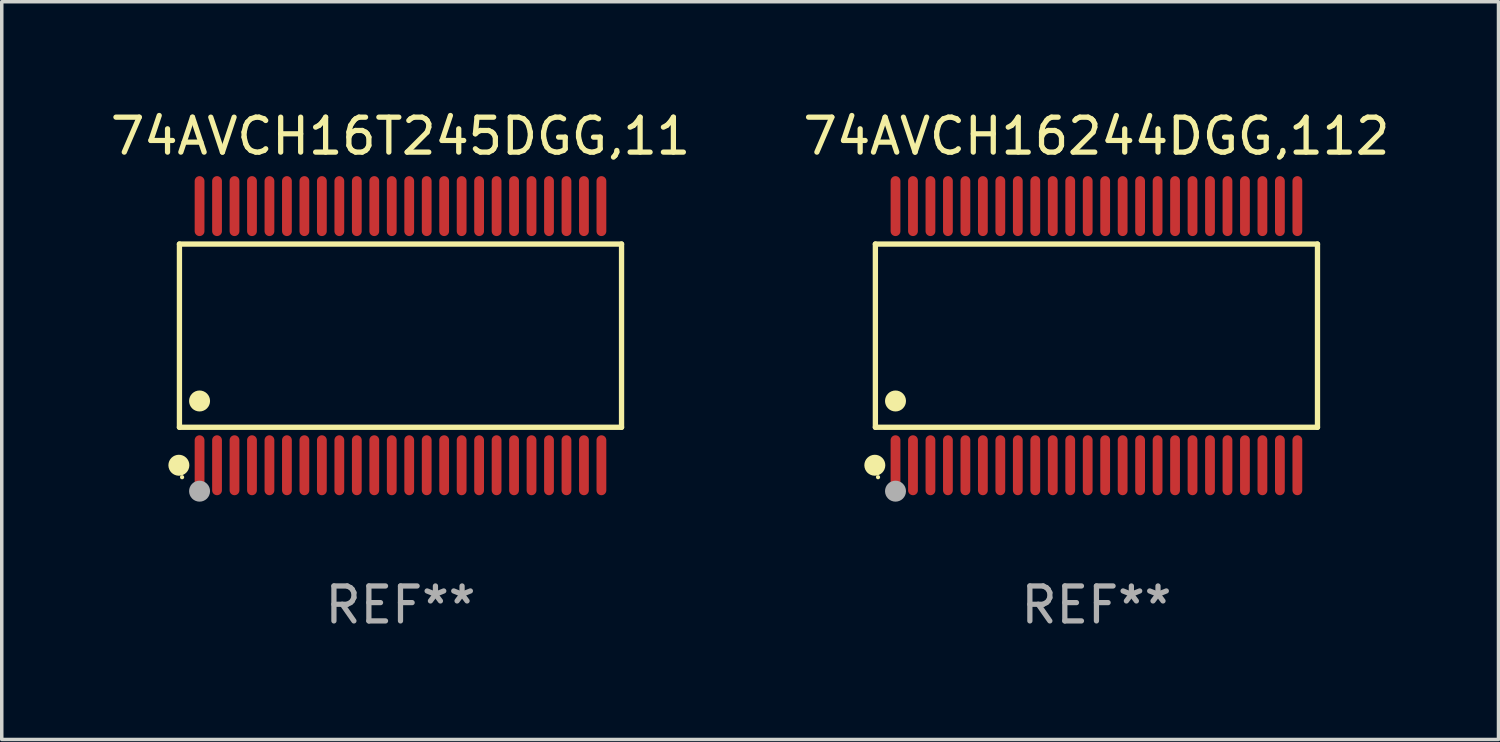
<source format=kicad_pcb>
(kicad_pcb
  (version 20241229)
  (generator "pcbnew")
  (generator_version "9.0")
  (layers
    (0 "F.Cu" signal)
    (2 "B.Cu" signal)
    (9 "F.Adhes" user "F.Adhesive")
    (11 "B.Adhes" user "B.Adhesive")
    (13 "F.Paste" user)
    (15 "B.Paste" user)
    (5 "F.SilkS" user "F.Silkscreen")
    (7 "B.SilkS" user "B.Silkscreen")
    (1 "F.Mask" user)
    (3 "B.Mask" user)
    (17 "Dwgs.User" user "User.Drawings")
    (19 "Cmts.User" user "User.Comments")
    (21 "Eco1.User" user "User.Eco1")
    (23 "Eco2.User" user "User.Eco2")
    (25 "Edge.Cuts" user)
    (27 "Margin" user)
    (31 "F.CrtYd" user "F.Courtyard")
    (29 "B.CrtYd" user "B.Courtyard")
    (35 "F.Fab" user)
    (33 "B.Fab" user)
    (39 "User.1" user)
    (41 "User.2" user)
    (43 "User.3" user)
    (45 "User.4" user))
  (footprint "74AVCH16244DGG,112"
    (layer "F.Cu")
    (at 28.327 6.556)
    (property "Reference" "74AVCH16244DGG,112" (at 0 -5.708 0) (layer "F.SilkS") (effects (font (size 1 1) (thickness 0.15))))
    (attr through_hole)
    (fp_line (start -6.326 -2.622) (end 6.326 -2.622) (stroke (width 0.152) (type solid)) (layer "F.SilkS"))
    (fp_line (start -6.326 2.621) (end -6.326 -2.622) (stroke (width 0.152) (type solid)) (layer "F.SilkS"))
    (fp_line (start 6.326 -2.622) (end 6.326 2.621) (stroke (width 0.152) (type solid)) (layer "F.SilkS"))
    (fp_line (start 6.326 2.621) (end -6.326 2.621) (stroke (width 0.152) (type solid)) (layer "F.SilkS"))
    (fp_circle (center -6.342 3.708) (end -6.192 3.708) (stroke (width 0.3) (type solid)) (fill no) (layer "F.SilkS"))
    (fp_circle (center -6.25 4.05) (end -6.22 4.05) (stroke (width 0.06) (type solid)) (fill no) (layer "F.SilkS"))
    (fp_circle (center -5.75 1.869) (end -5.6 1.869) (stroke (width 0.3) (type solid)) (fill no) (layer "F.SilkS"))
    (fp_circle (center -5.75 4.45) (end -5.6 4.45) (stroke (width 0.3) (type solid)) (fill no) (layer "F.Fab"))
    (fp_text user "REF**" (at 0 7.708 0) (layer "F.Fab") (effects (font (size 1 1) (thickness 0.15))))
    (pad "1" smd oval (at -5.75 3.708) (size 0.28 1.715) (layers "F.Cu" "F.Mask" "F.Paste"))
    (pad "2" smd oval (at -5.25 3.708) (size 0.28 1.715) (layers "F.Cu" "F.Mask" "F.Paste"))
    (pad "3" smd oval (at -4.75 3.708) (size 0.28 1.715) (layers "F.Cu" "F.Mask" "F.Paste"))
    (pad "4" smd oval (at -4.25 3.708) (size 0.28 1.715) (layers "F.Cu" "F.Mask" "F.Paste"))
    (pad "5" smd oval (at -3.75 3.708) (size 0.28 1.715) (layers "F.Cu" "F.Mask" "F.Paste"))
    (pad "6" smd oval (at -3.25 3.708) (size 0.28 1.715) (layers "F.Cu" "F.Mask" "F.Paste"))
    (pad "7" smd oval (at -2.75 3.708) (size 0.28 1.715) (layers "F.Cu" "F.Mask" "F.Paste"))
    (pad "8" smd oval (at -2.25 3.708) (size 0.28 1.715) (layers "F.Cu" "F.Mask" "F.Paste"))
    (pad "9" smd oval (at -1.75 3.708) (size 0.28 1.715) (layers "F.Cu" "F.Mask" "F.Paste"))
    (pad "10" smd oval (at -1.25 3.708) (size 0.28 1.715) (layers "F.Cu" "F.Mask" "F.Paste"))
    (pad "11" smd oval (at -0.75 3.708) (size 0.28 1.715) (layers "F.Cu" "F.Mask" "F.Paste"))
    (pad "12" smd oval (at -0.25 3.708) (size 0.28 1.715) (layers "F.Cu" "F.Mask" "F.Paste"))
    (pad "13" smd oval (at 0.25 3.708) (size 0.28 1.715) (layers "F.Cu" "F.Mask" "F.Paste"))
    (pad "14" smd oval (at 0.75 3.708) (size 0.28 1.715) (layers "F.Cu" "F.Mask" "F.Paste"))
    (pad "15" smd oval (at 1.25 3.708) (size 0.28 1.715) (layers "F.Cu" "F.Mask" "F.Paste"))
    (pad "16" smd oval (at 1.75 3.708) (size 0.28 1.715) (layers "F.Cu" "F.Mask" "F.Paste"))
    (pad "17" smd oval (at 2.25 3.708) (size 0.28 1.715) (layers "F.Cu" "F.Mask" "F.Paste"))
    (pad "18" smd oval (at 2.75 3.708) (size 0.28 1.715) (layers "F.Cu" "F.Mask" "F.Paste"))
    (pad "19" smd oval (at 3.25 3.708) (size 0.28 1.715) (layers "F.Cu" "F.Mask" "F.Paste"))
    (pad "20" smd oval (at 3.75 3.708) (size 0.28 1.715) (layers "F.Cu" "F.Mask" "F.Paste"))
    (pad "21" smd oval (at 4.25 3.708) (size 0.28 1.715) (layers "F.Cu" "F.Mask" "F.Paste"))
    (pad "22" smd oval (at 4.75 3.708) (size 0.28 1.715) (layers "F.Cu" "F.Mask" "F.Paste"))
    (pad "23" smd oval (at 5.25 3.708) (size 0.28 1.715) (layers "F.Cu" "F.Mask" "F.Paste"))
    (pad "24" smd oval (at 5.75 3.708) (size 0.28 1.715) (layers "F.Cu" "F.Mask" "F.Paste"))
    (pad "25" smd oval (at 5.75 -3.708) (size 0.28 1.715) (layers "F.Cu" "F.Mask" "F.Paste"))
    (pad "26" smd oval (at 5.25 -3.708) (size 0.28 1.715) (layers "F.Cu" "F.Mask" "F.Paste"))
    (pad "27" smd oval (at 4.75 -3.708) (size 0.28 1.715) (layers "F.Cu" "F.Mask" "F.Paste"))
    (pad "28" smd oval (at 4.25 -3.708) (size 0.28 1.715) (layers "F.Cu" "F.Mask" "F.Paste"))
    (pad "29" smd oval (at 3.75 -3.708) (size 0.28 1.715) (layers "F.Cu" "F.Mask" "F.Paste"))
    (pad "30" smd oval (at 3.25 -3.708) (size 0.28 1.715) (layers "F.Cu" "F.Mask" "F.Paste"))
    (pad "31" smd oval (at 2.75 -3.708) (size 0.28 1.715) (layers "F.Cu" "F.Mask" "F.Paste"))
    (pad "32" smd oval (at 2.25 -3.708) (size 0.28 1.715) (layers "F.Cu" "F.Mask" "F.Paste"))
    (pad "33" smd oval (at 1.75 -3.708) (size 0.28 1.715) (layers "F.Cu" "F.Mask" "F.Paste"))
    (pad "34" smd oval (at 1.25 -3.708) (size 0.28 1.715) (layers "F.Cu" "F.Mask" "F.Paste"))
    (pad "35" smd oval (at 0.75 -3.708) (size 0.28 1.715) (layers "F.Cu" "F.Mask" "F.Paste"))
    (pad "36" smd oval (at 0.25 -3.708) (size 0.28 1.715) (layers "F.Cu" "F.Mask" "F.Paste"))
    (pad "37" smd oval (at -0.25 -3.708) (size 0.28 1.715) (layers "F.Cu" "F.Mask" "F.Paste"))
    (pad "38" smd oval (at -0.75 -3.708) (size 0.28 1.715) (layers "F.Cu" "F.Mask" "F.Paste"))
    (pad "39" smd oval (at -1.25 -3.708) (size 0.28 1.715) (layers "F.Cu" "F.Mask" "F.Paste"))
    (pad "40" smd oval (at -1.75 -3.708) (size 0.28 1.715) (layers "F.Cu" "F.Mask" "F.Paste"))
    (pad "41" smd oval (at -2.25 -3.708) (size 0.28 1.715) (layers "F.Cu" "F.Mask" "F.Paste"))
    (pad "42" smd oval (at -2.75 -3.708) (size 0.28 1.715) (layers "F.Cu" "F.Mask" "F.Paste"))
    (pad "43" smd oval (at -3.25 -3.708) (size 0.28 1.715) (layers "F.Cu" "F.Mask" "F.Paste"))
    (pad "44" smd oval (at -3.75 -3.708) (size 0.28 1.715) (layers "F.Cu" "F.Mask" "F.Paste"))
    (pad "45" smd oval (at -4.25 -3.708) (size 0.28 1.715) (layers "F.Cu" "F.Mask" "F.Paste"))
    (pad "46" smd oval (at -4.75 -3.708) (size 0.28 1.715) (layers "F.Cu" "F.Mask" "F.Paste"))
    (pad "47" smd oval (at -5.25 -3.708) (size 0.28 1.715) (layers "F.Cu" "F.Mask" "F.Paste"))
    (pad "48" smd oval (at -5.75 -3.708) (size 0.28 1.715) (layers "F.Cu" "F.Mask" "F.Paste")))
  (footprint "74AVCH16T245DGG,11"
    (layer "F.Cu")
    (at 8.411 6.556)
    (property "Reference" "74AVCH16T245DGG,11" (at 0 -5.708 0) (layer "F.SilkS") (effects (font (size 1 1) (thickness 0.15))))
    (attr through_hole)
    (fp_line (start -6.326 -2.622) (end 6.326 -2.622) (stroke (width 0.152) (type solid)) (layer "F.SilkS"))
    (fp_line (start -6.326 2.621) (end -6.326 -2.622) (stroke (width 0.152) (type solid)) (layer "F.SilkS"))
    (fp_line (start 6.326 -2.622) (end 6.326 2.621) (stroke (width 0.152) (type solid)) (layer "F.SilkS"))
    (fp_line (start 6.326 2.621) (end -6.326 2.621) (stroke (width 0.152) (type solid)) (layer "F.SilkS"))
    (fp_circle (center -6.342 3.708) (end -6.192 3.708) (stroke (width 0.3) (type solid)) (fill no) (layer "F.SilkS"))
    (fp_circle (center -6.25 4.05) (end -6.22 4.05) (stroke (width 0.06) (type solid)) (fill no) (layer "F.SilkS"))
    (fp_circle (center -5.75 1.869) (end -5.6 1.869) (stroke (width 0.3) (type solid)) (fill no) (layer "F.SilkS"))
    (fp_circle (center -5.75 4.45) (end -5.6 4.45) (stroke (width 0.3) (type solid)) (fill no) (layer "F.Fab"))
    (fp_text user "REF**" (at 0 7.708 0) (layer "F.Fab") (effects (font (size 1 1) (thickness 0.15))))
    (pad "1" smd oval (at -5.75 3.708) (size 0.28 1.715) (layers "F.Cu" "F.Mask" "F.Paste"))
    (pad "2" smd oval (at -5.25 3.708) (size 0.28 1.715) (layers "F.Cu" "F.Mask" "F.Paste"))
    (pad "3" smd oval (at -4.75 3.708) (size 0.28 1.715) (layers "F.Cu" "F.Mask" "F.Paste"))
    (pad "4" smd oval (at -4.25 3.708) (size 0.28 1.715) (layers "F.Cu" "F.Mask" "F.Paste"))
    (pad "5" smd oval (at -3.75 3.708) (size 0.28 1.715) (layers "F.Cu" "F.Mask" "F.Paste"))
    (pad "6" smd oval (at -3.25 3.708) (size 0.28 1.715) (layers "F.Cu" "F.Mask" "F.Paste"))
    (pad "7" smd oval (at -2.75 3.708) (size 0.28 1.715) (layers "F.Cu" "F.Mask" "F.Paste"))
    (pad "8" smd oval (at -2.25 3.708) (size 0.28 1.715) (layers "F.Cu" "F.Mask" "F.Paste"))
    (pad "9" smd oval (at -1.75 3.708) (size 0.28 1.715) (layers "F.Cu" "F.Mask" "F.Paste"))
    (pad "10" smd oval (at -1.25 3.708) (size 0.28 1.715) (layers "F.Cu" "F.Mask" "F.Paste"))
    (pad "11" smd oval (at -0.75 3.708) (size 0.28 1.715) (layers "F.Cu" "F.Mask" "F.Paste"))
    (pad "12" smd oval (at -0.25 3.708) (size 0.28 1.715) (layers "F.Cu" "F.Mask" "F.Paste"))
    (pad "13" smd oval (at 0.25 3.708) (size 0.28 1.715) (layers "F.Cu" "F.Mask" "F.Paste"))
    (pad "14" smd oval (at 0.75 3.708) (size 0.28 1.715) (layers "F.Cu" "F.Mask" "F.Paste"))
    (pad "15" smd oval (at 1.25 3.708) (size 0.28 1.715) (layers "F.Cu" "F.Mask" "F.Paste"))
    (pad "16" smd oval (at 1.75 3.708) (size 0.28 1.715) (layers "F.Cu" "F.Mask" "F.Paste"))
    (pad "17" smd oval (at 2.25 3.708) (size 0.28 1.715) (layers "F.Cu" "F.Mask" "F.Paste"))
    (pad "18" smd oval (at 2.75 3.708) (size 0.28 1.715) (layers "F.Cu" "F.Mask" "F.Paste"))
    (pad "19" smd oval (at 3.25 3.708) (size 0.28 1.715) (layers "F.Cu" "F.Mask" "F.Paste"))
    (pad "20" smd oval (at 3.75 3.708) (size 0.28 1.715) (layers "F.Cu" "F.Mask" "F.Paste"))
    (pad "21" smd oval (at 4.25 3.708) (size 0.28 1.715) (layers "F.Cu" "F.Mask" "F.Paste"))
    (pad "22" smd oval (at 4.75 3.708) (size 0.28 1.715) (layers "F.Cu" "F.Mask" "F.Paste"))
    (pad "23" smd oval (at 5.25 3.708) (size 0.28 1.715) (layers "F.Cu" "F.Mask" "F.Paste"))
    (pad "24" smd oval (at 5.75 3.708) (size 0.28 1.715) (layers "F.Cu" "F.Mask" "F.Paste"))
    (pad "25" smd oval (at 5.75 -3.708) (size 0.28 1.715) (layers "F.Cu" "F.Mask" "F.Paste"))
    (pad "26" smd oval (at 5.25 -3.708) (size 0.28 1.715) (layers "F.Cu" "F.Mask" "F.Paste"))
    (pad "27" smd oval (at 4.75 -3.708) (size 0.28 1.715) (layers "F.Cu" "F.Mask" "F.Paste"))
    (pad "28" smd oval (at 4.25 -3.708) (size 0.28 1.715) (layers "F.Cu" "F.Mask" "F.Paste"))
    (pad "29" smd oval (at 3.75 -3.708) (size 0.28 1.715) (layers "F.Cu" "F.Mask" "F.Paste"))
    (pad "30" smd oval (at 3.25 -3.708) (size 0.28 1.715) (layers "F.Cu" "F.Mask" "F.Paste"))
    (pad "31" smd oval (at 2.75 -3.708) (size 0.28 1.715) (layers "F.Cu" "F.Mask" "F.Paste"))
    (pad "32" smd oval (at 2.25 -3.708) (size 0.28 1.715) (layers "F.Cu" "F.Mask" "F.Paste"))
    (pad "33" smd oval (at 1.75 -3.708) (size 0.28 1.715) (layers "F.Cu" "F.Mask" "F.Paste"))
    (pad "34" smd oval (at 1.25 -3.708) (size 0.28 1.715) (layers "F.Cu" "F.Mask" "F.Paste"))
    (pad "35" smd oval (at 0.75 -3.708) (size 0.28 1.715) (layers "F.Cu" "F.Mask" "F.Paste"))
    (pad "36" smd oval (at 0.25 -3.708) (size 0.28 1.715) (layers "F.Cu" "F.Mask" "F.Paste"))
    (pad "37" smd oval (at -0.25 -3.708) (size 0.28 1.715) (layers "F.Cu" "F.Mask" "F.Paste"))
    (pad "38" smd oval (at -0.75 -3.708) (size 0.28 1.715) (layers "F.Cu" "F.Mask" "F.Paste"))
    (pad "39" smd oval (at -1.25 -3.708) (size 0.28 1.715) (layers "F.Cu" "F.Mask" "F.Paste"))
    (pad "40" smd oval (at -1.75 -3.708) (size 0.28 1.715) (layers "F.Cu" "F.Mask" "F.Paste"))
    (pad "41" smd oval (at -2.25 -3.708) (size 0.28 1.715) (layers "F.Cu" "F.Mask" "F.Paste"))
    (pad "42" smd oval (at -2.75 -3.708) (size 0.28 1.715) (layers "F.Cu" "F.Mask" "F.Paste"))
    (pad "43" smd oval (at -3.25 -3.708) (size 0.28 1.715) (layers "F.Cu" "F.Mask" "F.Paste"))
    (pad "44" smd oval (at -3.75 -3.708) (size 0.28 1.715) (layers "F.Cu" "F.Mask" "F.Paste"))
    (pad "45" smd oval (at -4.25 -3.708) (size 0.28 1.715) (layers "F.Cu" "F.Mask" "F.Paste"))
    (pad "46" smd oval (at -4.75 -3.708) (size 0.28 1.715) (layers "F.Cu" "F.Mask" "F.Paste"))
    (pad "47" smd oval (at -5.25 -3.708) (size 0.28 1.715) (layers "F.Cu" "F.Mask" "F.Paste"))
    (pad "48" smd oval (at -5.75 -3.708) (size 0.28 1.715) (layers "F.Cu" "F.Mask" "F.Paste")))
  (gr_rect
    (start -3 -3)
    (end 39.833 18.112)
    (stroke (width 0.1) (type default))
    (fill no)
    (layer "Edge.Cuts")))
</source>
